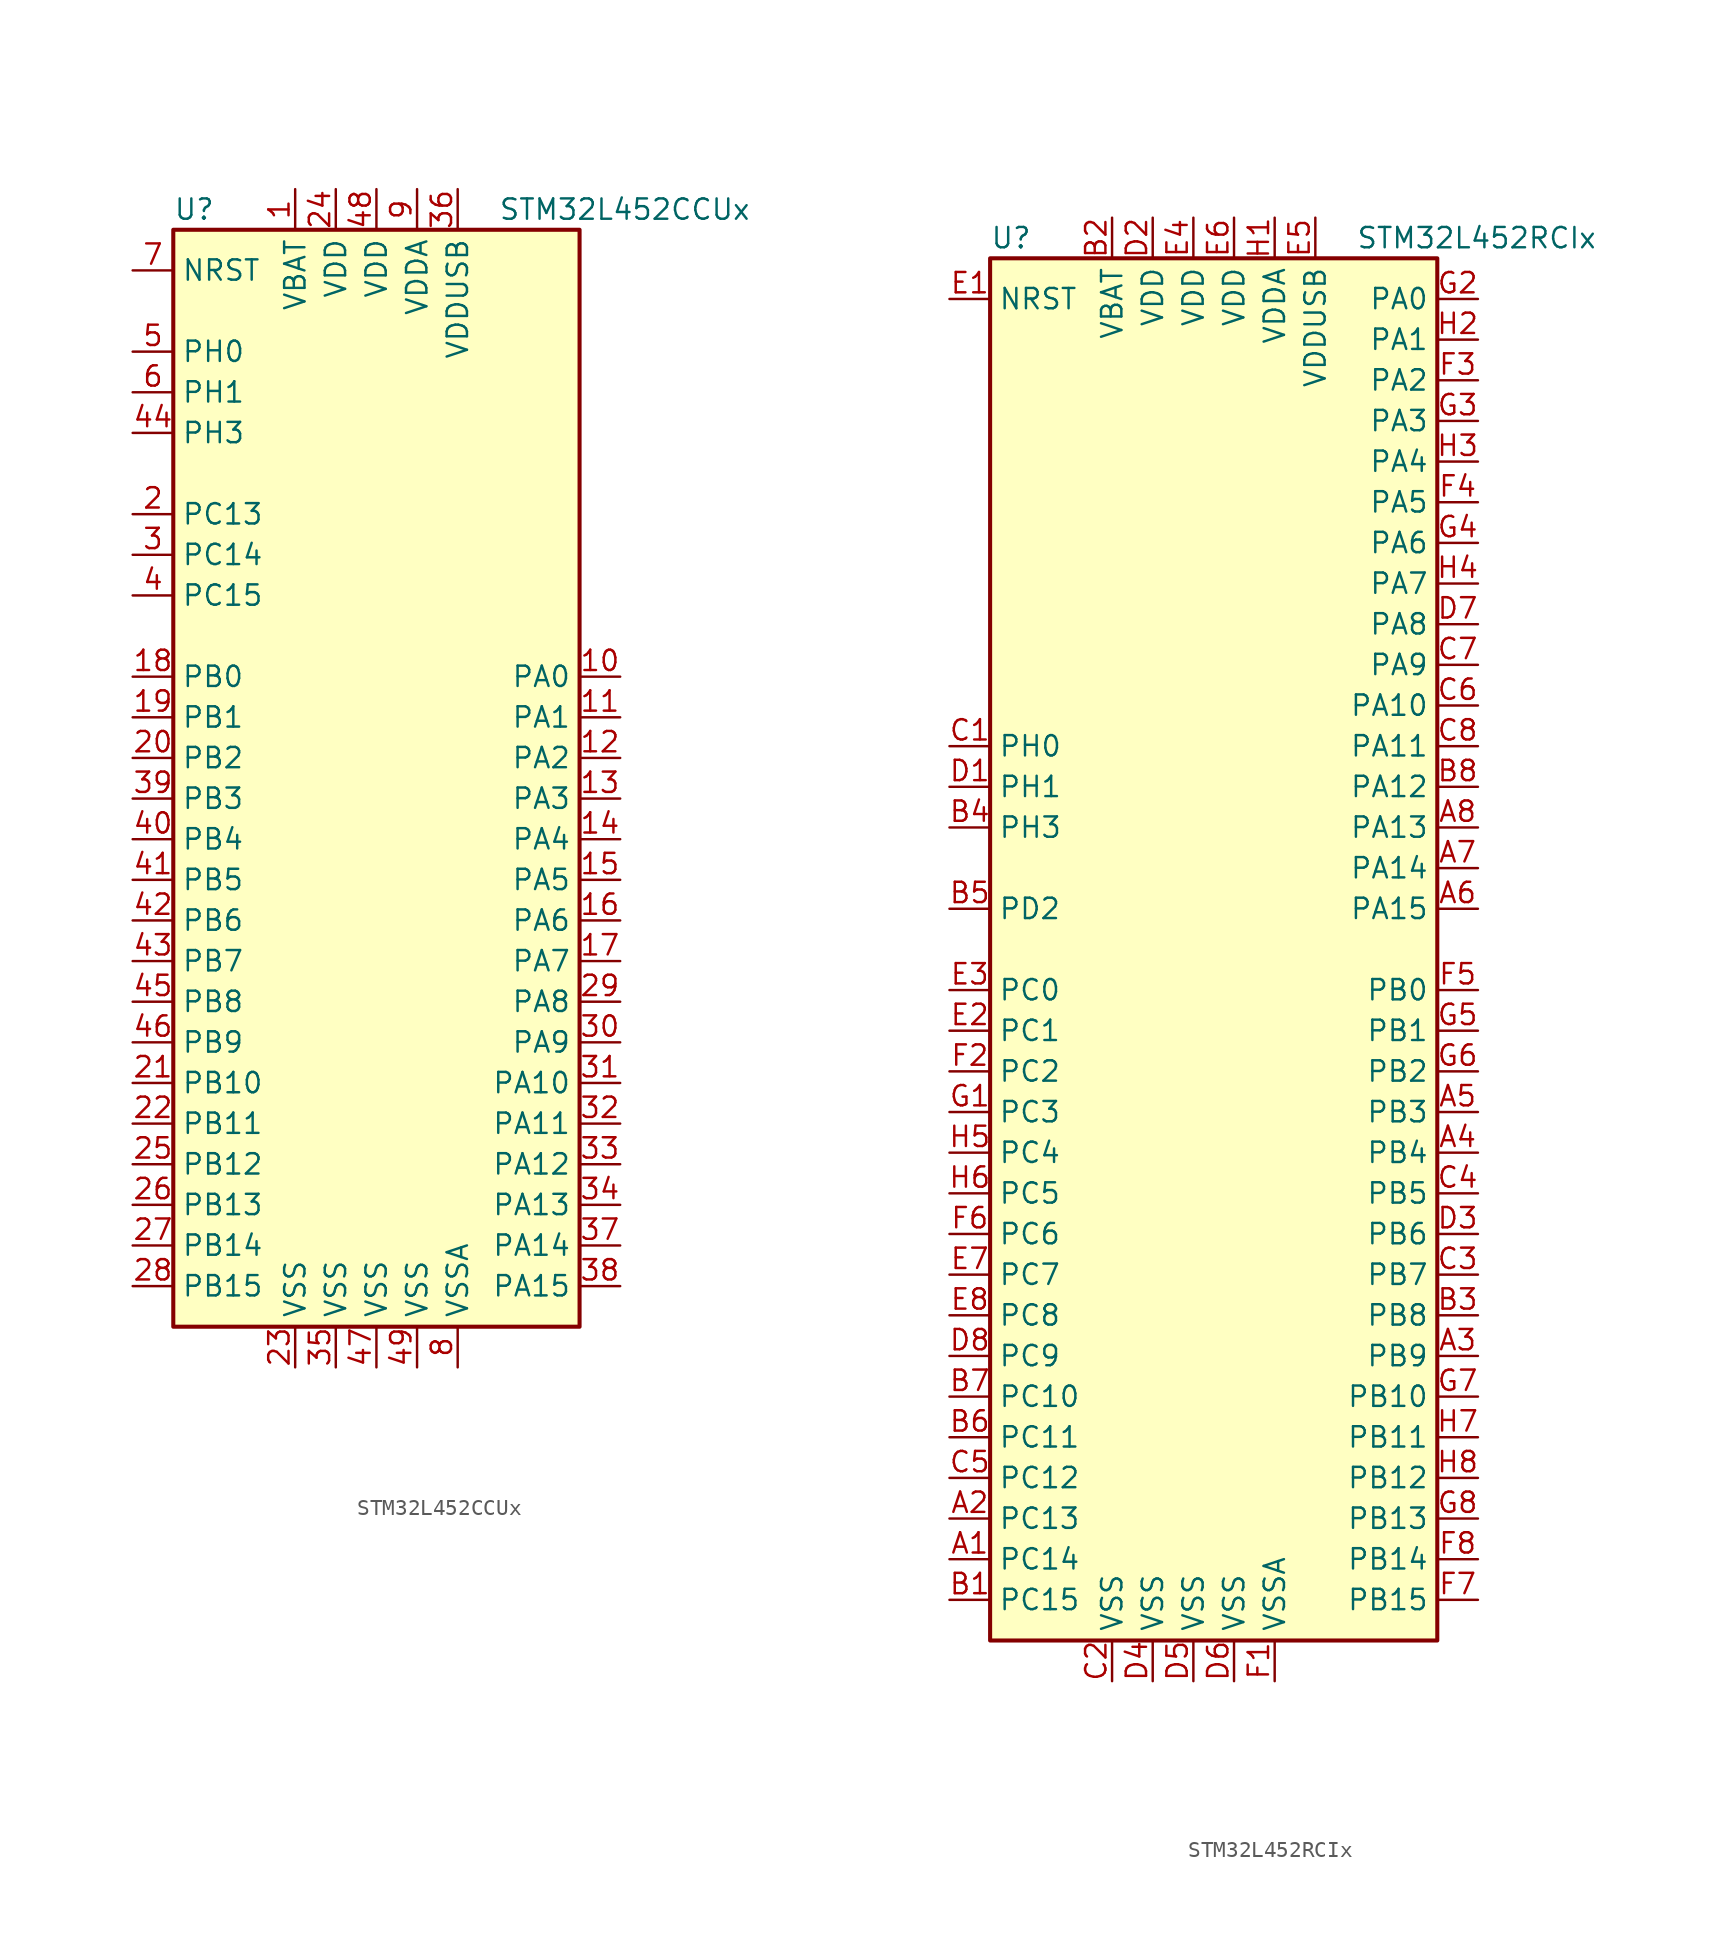
<source format=kicad_sym>
(kicad_symbol_lib
  (version 20211014)
  (generator kicad_symbol_editor)
  (symbol "STM32L452CCUx"
    (property "Reference" "U"
      (at -12.7 34.29 0)
      (effects (font (size 1.27 1.27)) (justify left)))
    (property "Value" "STM32L452CCUx"
      (at 7.62 34.29 0)
      (effects (font (size 1.27 1.27)) (justify left)))
    (symbol "STM32L452CCUx_0_1"
      (rectangle (start -12.7 -35.56) (end 12.7 33.02) (stroke (width 0.254) (type default) (color 0 0 0 0)) (fill (type background))))
    (symbol "STM32L452CCUx_1_1"
      (pin power_in line (at -5.08 35.56 270) (length 2.54) (name "VBAT" (effects (font (size 1.27 1.27)))) (number "1" (effects (font (size 1.27 1.27)))))
      (pin bidirectional line (at 15.24 5.08 180) (length 2.54) (name "PA0" (effects (font (size 1.27 1.27)))) (number "10" (effects (font (size 1.27 1.27)))))
      (pin bidirectional line (at 15.24 2.54 180) (length 2.54) (name "PA1" (effects (font (size 1.27 1.27)))) (number "11" (effects (font (size 1.27 1.27)))))
      (pin bidirectional line (at 15.24 0 180) (length 2.54) (name "PA2" (effects (font (size 1.27 1.27)))) (number "12" (effects (font (size 1.27 1.27)))))
      (pin bidirectional line (at 15.24 -2.54 180) (length 2.54) (name "PA3" (effects (font (size 1.27 1.27)))) (number "13" (effects (font (size 1.27 1.27)))))
      (pin bidirectional line (at 15.24 -5.08 180) (length 2.54) (name "PA4" (effects (font (size 1.27 1.27)))) (number "14" (effects (font (size 1.27 1.27)))))
      (pin bidirectional line (at 15.24 -7.62 180) (length 2.54) (name "PA5" (effects (font (size 1.27 1.27)))) (number "15" (effects (font (size 1.27 1.27)))))
      (pin bidirectional line (at 15.24 -10.16 180) (length 2.54) (name "PA6" (effects (font (size 1.27 1.27)))) (number "16" (effects (font (size 1.27 1.27)))))
      (pin bidirectional line (at 15.24 -12.7 180) (length 2.54) (name "PA7" (effects (font (size 1.27 1.27)))) (number "17" (effects (font (size 1.27 1.27)))))
      (pin bidirectional line (at -15.24 5.08 0) (length 2.54) (name "PB0" (effects (font (size 1.27 1.27)))) (number "18" (effects (font (size 1.27 1.27)))))
      (pin bidirectional line (at -15.24 2.54 0) (length 2.54) (name "PB1" (effects (font (size 1.27 1.27)))) (number "19" (effects (font (size 1.27 1.27)))))
      (pin bidirectional line (at -15.24 15.24 0) (length 2.54) (name "PC13" (effects (font (size 1.27 1.27)))) (number "2" (effects (font (size 1.27 1.27)))))
      (pin bidirectional line (at -15.24 0 0) (length 2.54) (name "PB2" (effects (font (size 1.27 1.27)))) (number "20" (effects (font (size 1.27 1.27)))))
      (pin bidirectional line (at -15.24 -20.32 0) (length 2.54) (name "PB10" (effects (font (size 1.27 1.27)))) (number "21" (effects (font (size 1.27 1.27)))))
      (pin bidirectional line (at -15.24 -22.86 0) (length 2.54) (name "PB11" (effects (font (size 1.27 1.27)))) (number "22" (effects (font (size 1.27 1.27)))))
      (pin power_in line (at -5.08 -38.1 90) (length 2.54) (name "VSS" (effects (font (size 1.27 1.27)))) (number "23" (effects (font (size 1.27 1.27)))))
      (pin power_in line (at -2.54 35.56 270) (length 2.54) (name "VDD" (effects (font (size 1.27 1.27)))) (number "24" (effects (font (size 1.27 1.27)))))
      (pin bidirectional line (at -15.24 -25.4 0) (length 2.54) (name "PB12" (effects (font (size 1.27 1.27)))) (number "25" (effects (font (size 1.27 1.27)))))
      (pin bidirectional line (at -15.24 -27.94 0) (length 2.54) (name "PB13" (effects (font (size 1.27 1.27)))) (number "26" (effects (font (size 1.27 1.27)))))
      (pin bidirectional line (at -15.24 -30.48 0) (length 2.54) (name "PB14" (effects (font (size 1.27 1.27)))) (number "27" (effects (font (size 1.27 1.27)))))
      (pin bidirectional line (at -15.24 -33.02 0) (length 2.54) (name "PB15" (effects (font (size 1.27 1.27)))) (number "28" (effects (font (size 1.27 1.27)))))
      (pin bidirectional line (at 15.24 -15.24 180) (length 2.54) (name "PA8" (effects (font (size 1.27 1.27)))) (number "29" (effects (font (size 1.27 1.27)))))
      (pin bidirectional line (at -15.24 12.7 0) (length 2.54) (name "PC14" (effects (font (size 1.27 1.27)))) (number "3" (effects (font (size 1.27 1.27)))))
      (pin bidirectional line (at 15.24 -17.78 180) (length 2.54) (name "PA9" (effects (font (size 1.27 1.27)))) (number "30" (effects (font (size 1.27 1.27)))))
      (pin bidirectional line (at 15.24 -20.32 180) (length 2.54) (name "PA10" (effects (font (size 1.27 1.27)))) (number "31" (effects (font (size 1.27 1.27)))))
      (pin bidirectional line (at 15.24 -22.86 180) (length 2.54) (name "PA11" (effects (font (size 1.27 1.27)))) (number "32" (effects (font (size 1.27 1.27)))))
      (pin bidirectional line (at 15.24 -25.4 180) (length 2.54) (name "PA12" (effects (font (size 1.27 1.27)))) (number "33" (effects (font (size 1.27 1.27)))))
      (pin bidirectional line (at 15.24 -27.94 180) (length 2.54) (name "PA13" (effects (font (size 1.27 1.27)))) (number "34" (effects (font (size 1.27 1.27)))))
      (pin power_in line (at -2.54 -38.1 90) (length 2.54) (name "VSS" (effects (font (size 1.27 1.27)))) (number "35" (effects (font (size 1.27 1.27)))))
      (pin power_in line (at 5.08 35.56 270) (length 2.54) (name "VDDUSB" (effects (font (size 1.27 1.27)))) (number "36" (effects (font (size 1.27 1.27)))))
      (pin bidirectional line (at 15.24 -30.48 180) (length 2.54) (name "PA14" (effects (font (size 1.27 1.27)))) (number "37" (effects (font (size 1.27 1.27)))))
      (pin bidirectional line (at 15.24 -33.02 180) (length 2.54) (name "PA15" (effects (font (size 1.27 1.27)))) (number "38" (effects (font (size 1.27 1.27)))))
      (pin bidirectional line (at -15.24 -2.54 0) (length 2.54) (name "PB3" (effects (font (size 1.27 1.27)))) (number "39" (effects (font (size 1.27 1.27)))))
      (pin bidirectional line (at -15.24 10.16 0) (length 2.54) (name "PC15" (effects (font (size 1.27 1.27)))) (number "4" (effects (font (size 1.27 1.27)))))
      (pin bidirectional line (at -15.24 -5.08 0) (length 2.54) (name "PB4" (effects (font (size 1.27 1.27)))) (number "40" (effects (font (size 1.27 1.27)))))
      (pin bidirectional line (at -15.24 -7.62 0) (length 2.54) (name "PB5" (effects (font (size 1.27 1.27)))) (number "41" (effects (font (size 1.27 1.27)))))
      (pin bidirectional line (at -15.24 -10.16 0) (length 2.54) (name "PB6" (effects (font (size 1.27 1.27)))) (number "42" (effects (font (size 1.27 1.27)))))
      (pin bidirectional line (at -15.24 -12.7 0) (length 2.54) (name "PB7" (effects (font (size 1.27 1.27)))) (number "43" (effects (font (size 1.27 1.27)))))
      (pin bidirectional line (at -15.24 20.32 0) (length 2.54) (name "PH3" (effects (font (size 1.27 1.27)))) (number "44" (effects (font (size 1.27 1.27)))))
      (pin bidirectional line (at -15.24 -15.24 0) (length 2.54) (name "PB8" (effects (font (size 1.27 1.27)))) (number "45" (effects (font (size 1.27 1.27)))))
      (pin bidirectional line (at -15.24 -17.78 0) (length 2.54) (name "PB9" (effects (font (size 1.27 1.27)))) (number "46" (effects (font (size 1.27 1.27)))))
      (pin power_in line (at 0 -38.1 90) (length 2.54) (name "VSS" (effects (font (size 1.27 1.27)))) (number "47" (effects (font (size 1.27 1.27)))))
      (pin power_in line (at 0 35.56 270) (length 2.54) (name "VDD" (effects (font (size 1.27 1.27)))) (number "48" (effects (font (size 1.27 1.27)))))
      (pin power_in line (at 2.54 -38.1 90) (length 2.54) (name "VSS" (effects (font (size 1.27 1.27)))) (number "49" (effects (font (size 1.27 1.27)))))
      (pin input line (at -15.24 25.4 0) (length 2.54) (name "PH0" (effects (font (size 1.27 1.27)))) (number "5" (effects (font (size 1.27 1.27)))))
      (pin input line (at -15.24 22.86 0) (length 2.54) (name "PH1" (effects (font (size 1.27 1.27)))) (number "6" (effects (font (size 1.27 1.27)))))
      (pin input line (at -15.24 30.48 0) (length 2.54) (name "NRST" (effects (font (size 1.27 1.27)))) (number "7" (effects (font (size 1.27 1.27)))))
      (pin power_in line (at 5.08 -38.1 90) (length 2.54) (name "VSSA" (effects (font (size 1.27 1.27)))) (number "8" (effects (font (size 1.27 1.27)))))
      (pin power_in line (at 2.54 35.56 270) (length 2.54) (name "VDDA" (effects (font (size 1.27 1.27)))) (number "9" (effects (font (size 1.27 1.27)))))))
  (symbol "STM32L452RCIx"
    (property "Reference" "U"
      (at -15.24 44.45 0)
      (effects (font (size 1.27 1.27)) (justify left)))
    (property "Value" "STM32L452RCIx"
      (at 7.62 44.45 0)
      (effects (font (size 1.27 1.27)) (justify left)))
    (symbol "STM32L452RCIx_0_1"
      (rectangle (start -15.24 -43.18) (end 12.7 43.18) (stroke (width 0.254) (type default) (color 0 0 0 0)) (fill (type background))))
    (symbol "STM32L452RCIx_1_1"
      (pin bidirectional line (at -17.78 -38.1 0) (length 2.54) (name "PC14" (effects (font (size 1.27 1.27)))) (number "A1" (effects (font (size 1.27 1.27)))))
      (pin bidirectional line (at -17.78 -35.56 0) (length 2.54) (name "PC13" (effects (font (size 1.27 1.27)))) (number "A2" (effects (font (size 1.27 1.27)))))
      (pin bidirectional line (at 15.24 -25.4 180) (length 2.54) (name "PB9" (effects (font (size 1.27 1.27)))) (number "A3" (effects (font (size 1.27 1.27)))))
      (pin bidirectional line (at 15.24 -12.7 180) (length 2.54) (name "PB4" (effects (font (size 1.27 1.27)))) (number "A4" (effects (font (size 1.27 1.27)))))
      (pin bidirectional line (at 15.24 -10.16 180) (length 2.54) (name "PB3" (effects (font (size 1.27 1.27)))) (number "A5" (effects (font (size 1.27 1.27)))))
      (pin bidirectional line (at 15.24 2.54 180) (length 2.54) (name "PA15" (effects (font (size 1.27 1.27)))) (number "A6" (effects (font (size 1.27 1.27)))))
      (pin bidirectional line (at 15.24 5.08 180) (length 2.54) (name "PA14" (effects (font (size 1.27 1.27)))) (number "A7" (effects (font (size 1.27 1.27)))))
      (pin bidirectional line (at 15.24 7.62 180) (length 2.54) (name "PA13" (effects (font (size 1.27 1.27)))) (number "A8" (effects (font (size 1.27 1.27)))))
      (pin bidirectional line (at -17.78 -40.64 0) (length 2.54) (name "PC15" (effects (font (size 1.27 1.27)))) (number "B1" (effects (font (size 1.27 1.27)))))
      (pin power_in line (at -7.62 45.72 270) (length 2.54) (name "VBAT" (effects (font (size 1.27 1.27)))) (number "B2" (effects (font (size 1.27 1.27)))))
      (pin bidirectional line (at 15.24 -22.86 180) (length 2.54) (name "PB8" (effects (font (size 1.27 1.27)))) (number "B3" (effects (font (size 1.27 1.27)))))
      (pin bidirectional line (at -17.78 7.62 0) (length 2.54) (name "PH3" (effects (font (size 1.27 1.27)))) (number "B4" (effects (font (size 1.27 1.27)))))
      (pin bidirectional line (at -17.78 2.54 0) (length 2.54) (name "PD2" (effects (font (size 1.27 1.27)))) (number "B5" (effects (font (size 1.27 1.27)))))
      (pin bidirectional line (at -17.78 -30.48 0) (length 2.54) (name "PC11" (effects (font (size 1.27 1.27)))) (number "B6" (effects (font (size 1.27 1.27)))))
      (pin bidirectional line (at -17.78 -27.94 0) (length 2.54) (name "PC10" (effects (font (size 1.27 1.27)))) (number "B7" (effects (font (size 1.27 1.27)))))
      (pin bidirectional line (at 15.24 10.16 180) (length 2.54) (name "PA12" (effects (font (size 1.27 1.27)))) (number "B8" (effects (font (size 1.27 1.27)))))
      (pin input line (at -17.78 12.7 0) (length 2.54) (name "PH0" (effects (font (size 1.27 1.27)))) (number "C1" (effects (font (size 1.27 1.27)))))
      (pin power_in line (at -7.62 -45.72 90) (length 2.54) (name "VSS" (effects (font (size 1.27 1.27)))) (number "C2" (effects (font (size 1.27 1.27)))))
      (pin bidirectional line (at 15.24 -20.32 180) (length 2.54) (name "PB7" (effects (font (size 1.27 1.27)))) (number "C3" (effects (font (size 1.27 1.27)))))
      (pin bidirectional line (at 15.24 -15.24 180) (length 2.54) (name "PB5" (effects (font (size 1.27 1.27)))) (number "C4" (effects (font (size 1.27 1.27)))))
      (pin bidirectional line (at -17.78 -33.02 0) (length 2.54) (name "PC12" (effects (font (size 1.27 1.27)))) (number "C5" (effects (font (size 1.27 1.27)))))
      (pin bidirectional line (at 15.24 15.24 180) (length 2.54) (name "PA10" (effects (font (size 1.27 1.27)))) (number "C6" (effects (font (size 1.27 1.27)))))
      (pin bidirectional line (at 15.24 17.78 180) (length 2.54) (name "PA9" (effects (font (size 1.27 1.27)))) (number "C7" (effects (font (size 1.27 1.27)))))
      (pin bidirectional line (at 15.24 12.7 180) (length 2.54) (name "PA11" (effects (font (size 1.27 1.27)))) (number "C8" (effects (font (size 1.27 1.27)))))
      (pin input line (at -17.78 10.16 0) (length 2.54) (name "PH1" (effects (font (size 1.27 1.27)))) (number "D1" (effects (font (size 1.27 1.27)))))
      (pin power_in line (at -5.08 45.72 270) (length 2.54) (name "VDD" (effects (font (size 1.27 1.27)))) (number "D2" (effects (font (size 1.27 1.27)))))
      (pin bidirectional line (at 15.24 -17.78 180) (length 2.54) (name "PB6" (effects (font (size 1.27 1.27)))) (number "D3" (effects (font (size 1.27 1.27)))))
      (pin power_in line (at -5.08 -45.72 90) (length 2.54) (name "VSS" (effects (font (size 1.27 1.27)))) (number "D4" (effects (font (size 1.27 1.27)))))
      (pin power_in line (at -2.54 -45.72 90) (length 2.54) (name "VSS" (effects (font (size 1.27 1.27)))) (number "D5" (effects (font (size 1.27 1.27)))))
      (pin power_in line (at 0 -45.72 90) (length 2.54) (name "VSS" (effects (font (size 1.27 1.27)))) (number "D6" (effects (font (size 1.27 1.27)))))
      (pin bidirectional line (at 15.24 20.32 180) (length 2.54) (name "PA8" (effects (font (size 1.27 1.27)))) (number "D7" (effects (font (size 1.27 1.27)))))
      (pin bidirectional line (at -17.78 -25.4 0) (length 2.54) (name "PC9" (effects (font (size 1.27 1.27)))) (number "D8" (effects (font (size 1.27 1.27)))))
      (pin input line (at -17.78 40.64 0) (length 2.54) (name "NRST" (effects (font (size 1.27 1.27)))) (number "E1" (effects (font (size 1.27 1.27)))))
      (pin bidirectional line (at -17.78 -5.08 0) (length 2.54) (name "PC1" (effects (font (size 1.27 1.27)))) (number "E2" (effects (font (size 1.27 1.27)))))
      (pin bidirectional line (at -17.78 -2.54 0) (length 2.54) (name "PC0" (effects (font (size 1.27 1.27)))) (number "E3" (effects (font (size 1.27 1.27)))))
      (pin power_in line (at -2.54 45.72 270) (length 2.54) (name "VDD" (effects (font (size 1.27 1.27)))) (number "E4" (effects (font (size 1.27 1.27)))))
      (pin power_in line (at 5.08 45.72 270) (length 2.54) (name "VDDUSB" (effects (font (size 1.27 1.27)))) (number "E5" (effects (font (size 1.27 1.27)))))
      (pin power_in line (at 0 45.72 270) (length 2.54) (name "VDD" (effects (font (size 1.27 1.27)))) (number "E6" (effects (font (size 1.27 1.27)))))
      (pin bidirectional line (at -17.78 -20.32 0) (length 2.54) (name "PC7" (effects (font (size 1.27 1.27)))) (number "E7" (effects (font (size 1.27 1.27)))))
      (pin bidirectional line (at -17.78 -22.86 0) (length 2.54) (name "PC8" (effects (font (size 1.27 1.27)))) (number "E8" (effects (font (size 1.27 1.27)))))
      (pin power_in line (at 2.54 -45.72 90) (length 2.54) (name "VSSA" (effects (font (size 1.27 1.27)))) (number "F1" (effects (font (size 1.27 1.27)))))
      (pin bidirectional line (at -17.78 -7.62 0) (length 2.54) (name "PC2" (effects (font (size 1.27 1.27)))) (number "F2" (effects (font (size 1.27 1.27)))))
      (pin bidirectional line (at 15.24 35.56 180) (length 2.54) (name "PA2" (effects (font (size 1.27 1.27)))) (number "F3" (effects (font (size 1.27 1.27)))))
      (pin bidirectional line (at 15.24 27.94 180) (length 2.54) (name "PA5" (effects (font (size 1.27 1.27)))) (number "F4" (effects (font (size 1.27 1.27)))))
      (pin bidirectional line (at 15.24 -2.54 180) (length 2.54) (name "PB0" (effects (font (size 1.27 1.27)))) (number "F5" (effects (font (size 1.27 1.27)))))
      (pin bidirectional line (at -17.78 -17.78 0) (length 2.54) (name "PC6" (effects (font (size 1.27 1.27)))) (number "F6" (effects (font (size 1.27 1.27)))))
      (pin bidirectional line (at 15.24 -40.64 180) (length 2.54) (name "PB15" (effects (font (size 1.27 1.27)))) (number "F7" (effects (font (size 1.27 1.27)))))
      (pin bidirectional line (at 15.24 -38.1 180) (length 2.54) (name "PB14" (effects (font (size 1.27 1.27)))) (number "F8" (effects (font (size 1.27 1.27)))))
      (pin bidirectional line (at -17.78 -10.16 0) (length 2.54) (name "PC3" (effects (font (size 1.27 1.27)))) (number "G1" (effects (font (size 1.27 1.27)))))
      (pin bidirectional line (at 15.24 40.64 180) (length 2.54) (name "PA0" (effects (font (size 1.27 1.27)))) (number "G2" (effects (font (size 1.27 1.27)))))
      (pin bidirectional line (at 15.24 33.02 180) (length 2.54) (name "PA3" (effects (font (size 1.27 1.27)))) (number "G3" (effects (font (size 1.27 1.27)))))
      (pin bidirectional line (at 15.24 25.4 180) (length 2.54) (name "PA6" (effects (font (size 1.27 1.27)))) (number "G4" (effects (font (size 1.27 1.27)))))
      (pin bidirectional line (at 15.24 -5.08 180) (length 2.54) (name "PB1" (effects (font (size 1.27 1.27)))) (number "G5" (effects (font (size 1.27 1.27)))))
      (pin bidirectional line (at 15.24 -7.62 180) (length 2.54) (name "PB2" (effects (font (size 1.27 1.27)))) (number "G6" (effects (font (size 1.27 1.27)))))
      (pin bidirectional line (at 15.24 -27.94 180) (length 2.54) (name "PB10" (effects (font (size 1.27 1.27)))) (number "G7" (effects (font (size 1.27 1.27)))))
      (pin bidirectional line (at 15.24 -35.56 180) (length 2.54) (name "PB13" (effects (font (size 1.27 1.27)))) (number "G8" (effects (font (size 1.27 1.27)))))
      (pin power_in line (at 2.54 45.72 270) (length 2.54) (name "VDDA" (effects (font (size 1.27 1.27)))) (number "H1" (effects (font (size 1.27 1.27)))))
      (pin bidirectional line (at 15.24 38.1 180) (length 2.54) (name "PA1" (effects (font (size 1.27 1.27)))) (number "H2" (effects (font (size 1.27 1.27)))))
      (pin bidirectional line (at 15.24 30.48 180) (length 2.54) (name "PA4" (effects (font (size 1.27 1.27)))) (number "H3" (effects (font (size 1.27 1.27)))))
      (pin bidirectional line (at 15.24 22.86 180) (length 2.54) (name "PA7" (effects (font (size 1.27 1.27)))) (number "H4" (effects (font (size 1.27 1.27)))))
      (pin bidirectional line (at -17.78 -12.7 0) (length 2.54) (name "PC4" (effects (font (size 1.27 1.27)))) (number "H5" (effects (font (size 1.27 1.27)))))
      (pin bidirectional line (at -17.78 -15.24 0) (length 2.54) (name "PC5" (effects (font (size 1.27 1.27)))) (number "H6" (effects (font (size 1.27 1.27)))))
      (pin bidirectional line (at 15.24 -30.48 180) (length 2.54) (name "PB11" (effects (font (size 1.27 1.27)))) (number "H7" (effects (font (size 1.27 1.27)))))
      (pin bidirectional line (at 15.24 -33.02 180) (length 2.54) (name "PB12" (effects (font (size 1.27 1.27)))) (number "H8" (effects (font (size 1.27 1.27))))))))
</source>
